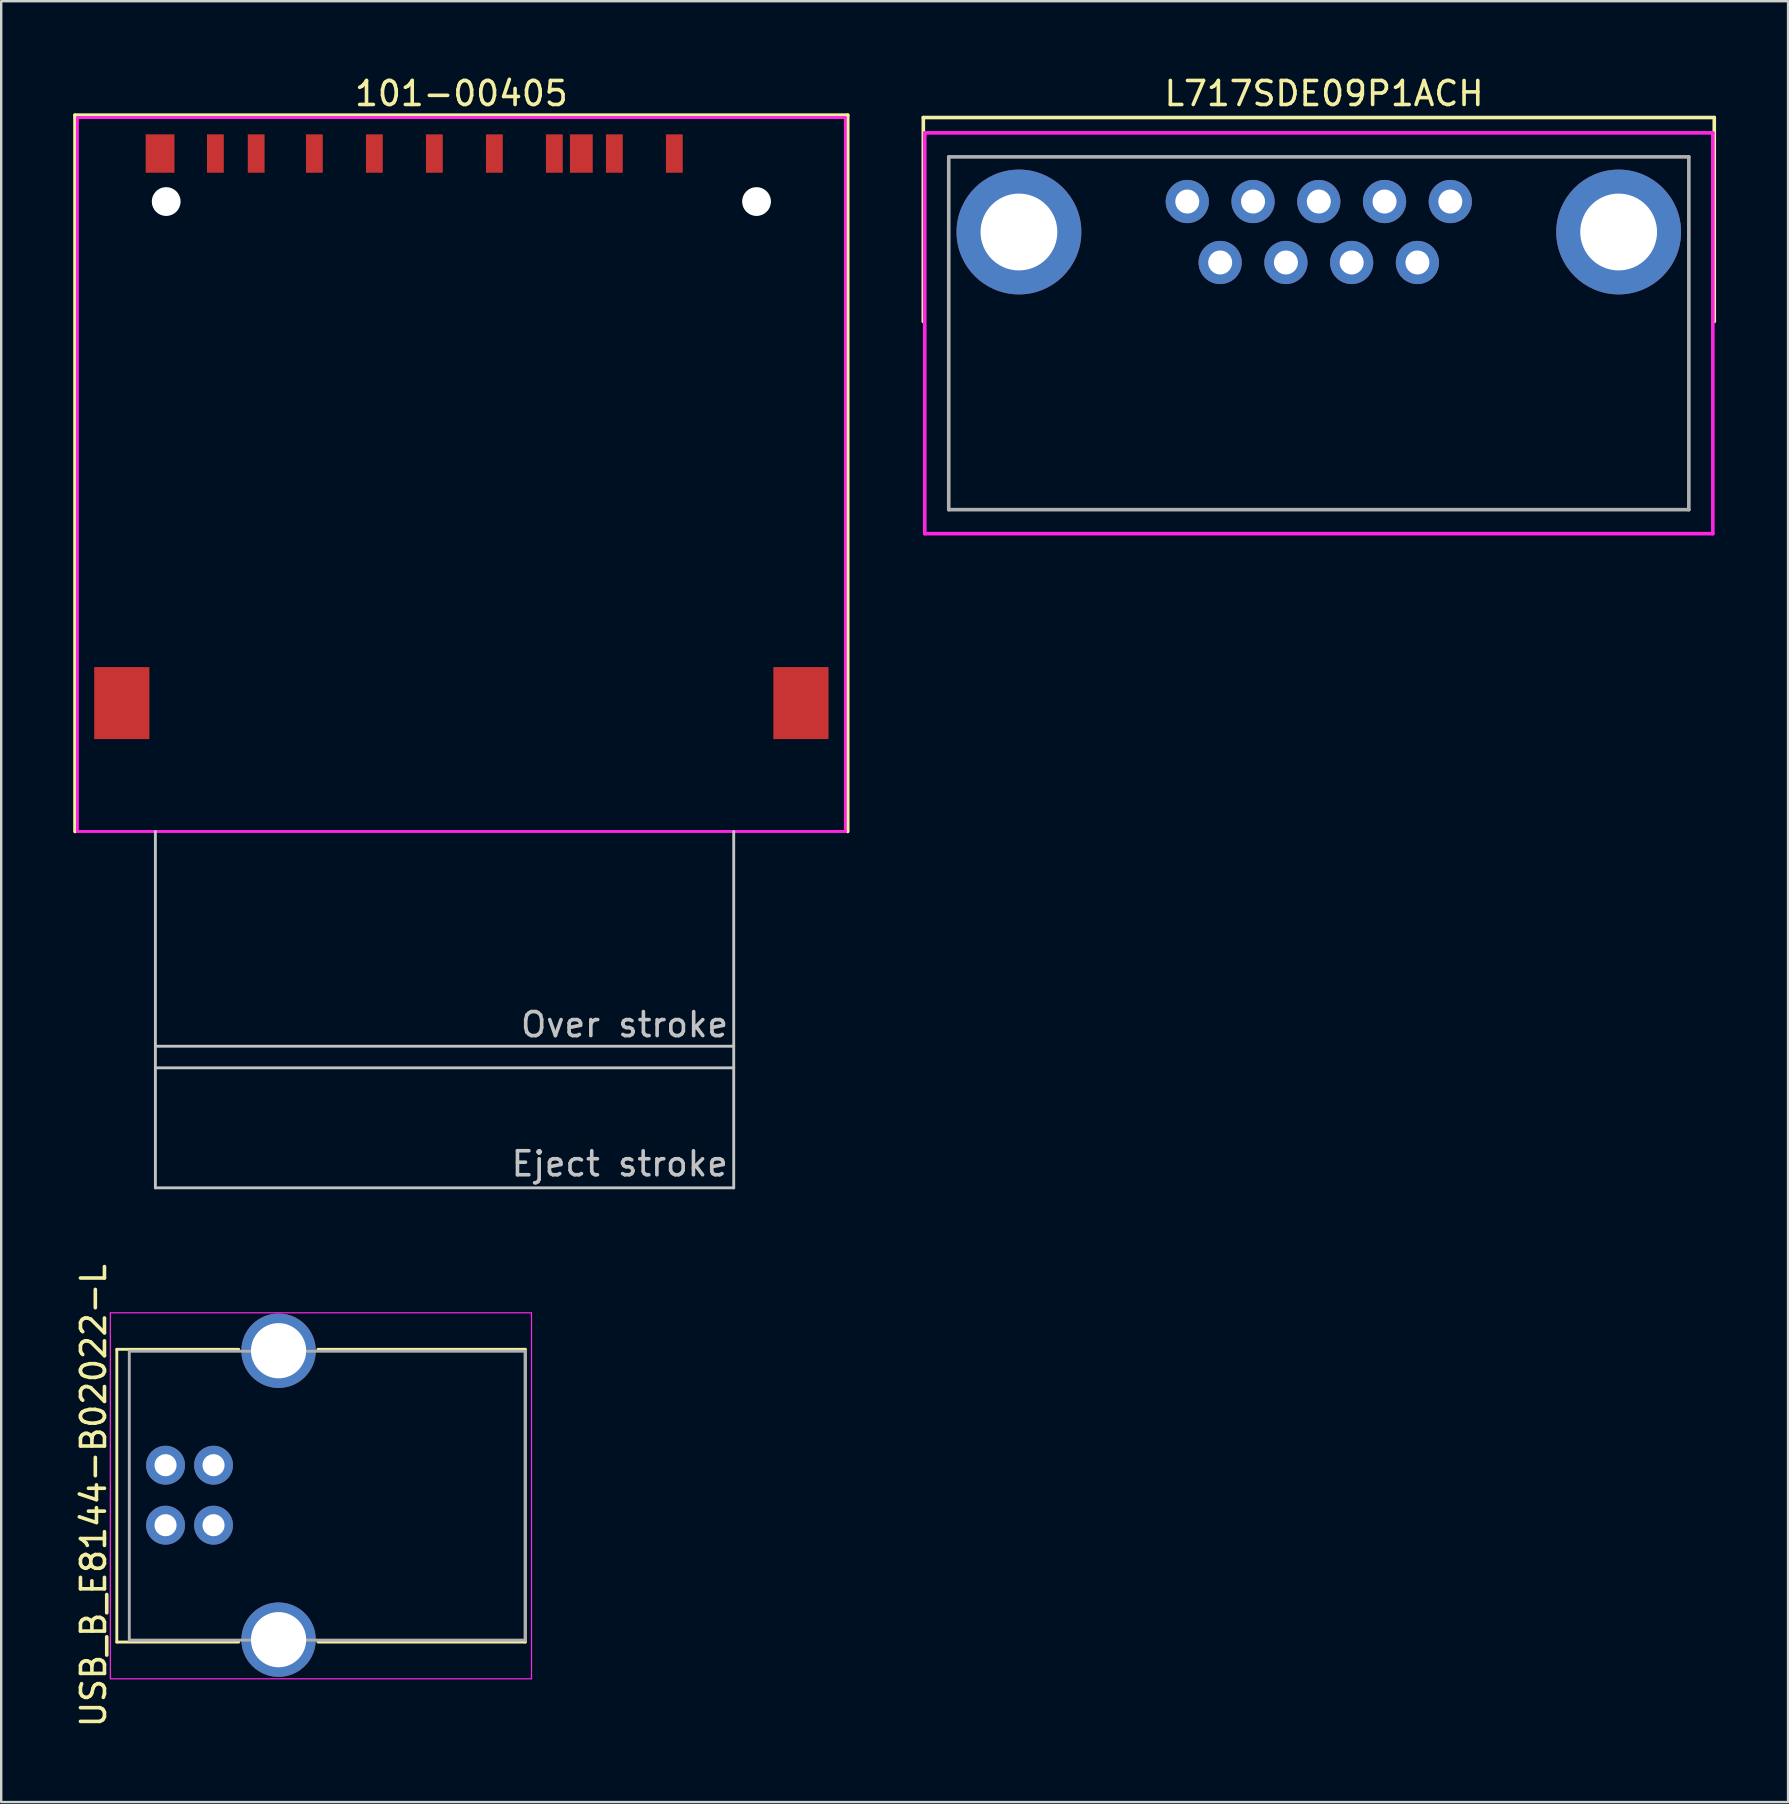
<source format=kicad_pcb>
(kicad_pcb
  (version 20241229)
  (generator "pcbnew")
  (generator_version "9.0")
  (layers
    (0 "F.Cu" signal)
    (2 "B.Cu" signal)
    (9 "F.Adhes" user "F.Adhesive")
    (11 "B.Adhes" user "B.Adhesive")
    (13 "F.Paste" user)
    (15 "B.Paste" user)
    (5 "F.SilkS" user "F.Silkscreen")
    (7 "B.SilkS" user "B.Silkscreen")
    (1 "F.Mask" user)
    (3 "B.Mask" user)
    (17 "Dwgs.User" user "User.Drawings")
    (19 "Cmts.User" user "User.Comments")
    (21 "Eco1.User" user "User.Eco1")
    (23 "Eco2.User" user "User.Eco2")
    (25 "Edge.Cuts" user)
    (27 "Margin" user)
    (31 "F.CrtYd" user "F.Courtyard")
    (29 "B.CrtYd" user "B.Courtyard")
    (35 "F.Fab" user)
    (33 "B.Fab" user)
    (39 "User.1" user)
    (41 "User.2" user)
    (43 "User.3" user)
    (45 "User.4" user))
  (footprint "USB_B_E8144-B02022-L"
    (layer "F.Cu")
    (at 3.848 58.006)
    (property "Reference" "USB_B_E8144-B02022-L" (at -3 1.27 90) (layer "F.SilkS") (effects (font (size 1 1) (thickness 0.15))))
    (attr through_hole)
    (fp_line (start -2.03 -4.83) (end 3.05 -4.83) (stroke (width 0.12) (type solid)) (layer "F.SilkS"))
    (fp_line (start -2.03 7.37) (end -2.03 -4.83) (stroke (width 0.12) (type solid)) (layer "F.SilkS"))
    (fp_line (start -2.03 7.37) (end 3.05 7.37) (stroke (width 0.12) (type solid)) (layer "F.SilkS"))
    (fp_line (start 6.35 -4.83) (end 14.99 -4.83) (stroke (width 0.12) (type solid)) (layer "F.SilkS"))
    (fp_line (start 6.35 7.37) (end 14.99 7.37) (stroke (width 0.12) (type solid)) (layer "F.SilkS"))
    (fp_line (start 14.99 -4.83) (end 14.99 7.37) (stroke (width 0.12) (type solid)) (layer "F.SilkS"))
    (fp_line (start -2.3 -6.35) (end 15.25 -6.35) (stroke (width 0.05) (type solid)) (layer "F.CrtYd"))
    (fp_line (start -2.3 8.9) (end -2.3 -6.35) (stroke (width 0.05) (type solid)) (layer "F.CrtYd"))
    (fp_line (start 15.25 -6.35) (end 15.25 8.9) (stroke (width 0.05) (type solid)) (layer "F.CrtYd"))
    (fp_line (start 15.25 8.9) (end -2.3 8.9) (stroke (width 0.05) (type solid)) (layer "F.CrtYd"))
    (fp_line (start -1.51 -4.75) (end 14.99 -4.75) (stroke (width 0.12) (type solid)) (layer "F.Fab"))
    (fp_line (start -1.51 7.29) (end -1.51 -4.75) (stroke (width 0.12) (type solid)) (layer "F.Fab"))
    (fp_line (start -1.51 7.29) (end 14.99 7.29) (stroke (width 0.12) (type solid)) (layer "F.Fab"))
    (fp_line (start 14.99 -4.75) (end 14.99 7.29) (stroke (width 0.12) (type solid)) (layer "F.Fab"))
    (pad "1" thru_hole circle (at 0 0 270) (size 1.62 1.62) (drill 0.92) (layers "*.Cu" "*.Mask"))
    (pad "2" thru_hole circle (at 0 2.5 270) (size 1.62 1.62) (drill 0.92) (layers "*.Cu" "*.Mask"))
    (pad "3" thru_hole circle (at 2 2.5 270) (size 1.62 1.62) (drill 0.92) (layers "*.Cu" "*.Mask"))
    (pad "4" thru_hole circle (at 2 0 270) (size 1.62 1.62) (drill 0.92) (layers "*.Cu" "*.Mask"))
    (pad "5" thru_hole circle (at 4.71 -4.77 270) (size 3.1 3.1) (drill 2.3) (layers "*.Cu" "*.Mask"))
    (pad "5" thru_hole circle (at 4.71 7.27 270) (size 3.1 3.1) (drill 2.3) (layers "*.Cu" "*.Mask")))
  (footprint "L717SDE09P1ACH"
    (layer "F.Cu")
    (at 46.425 5.348)
    (property "Reference" "L717SDE09P1ACH" (at 5.7 -4.5 0) (layer "F.SilkS") (effects (font (size 1 1) (thickness 0.15))))
    (attr through_hole)
    (fp_line (start -11 -3.5) (end -11 5) (stroke (width 0.15) (type solid)) (layer "F.SilkS"))
    (fp_line (start -11 -3.5) (end 21.96 -3.5) (stroke (width 0.15) (type solid)) (layer "F.SilkS"))
    (fp_line (start 21.96 -3.5) (end 21.96 5) (stroke (width 0.15) (type solid)) (layer "F.SilkS"))
    (fp_line (start -10.94 -2.86) (end -10.94 13.84) (stroke (width 0.15) (type solid)) (layer "F.CrtYd"))
    (fp_line (start -10.94 -2.86) (end 21.9 -2.86) (stroke (width 0.15) (type solid)) (layer "F.CrtYd"))
    (fp_line (start -10.94 13.84) (end 21.9 13.84) (stroke (width 0.15) (type solid)) (layer "F.CrtYd"))
    (fp_line (start 21.9 -2.86) (end 21.9 13.84) (stroke (width 0.15) (type solid)) (layer "F.CrtYd"))
    (fp_line (start -9.94 -1.86) (end -9.94 12.84) (stroke (width 0.15) (type solid)) (layer "F.Fab"))
    (fp_line (start -9.94 -1.86) (end 20.9 -1.86) (stroke (width 0.15) (type solid)) (layer "F.Fab"))
    (fp_line (start -9.94 12.84) (end 20.9 12.84) (stroke (width 0.15) (type solid)) (layer "F.Fab"))
    (fp_line (start 20.9 -1.86) (end 20.9 12.84) (stroke (width 0.15) (type solid)) (layer "F.Fab"))
    (pad "0" thru_hole circle (at -7.015 1.27) (size 5.2 5.2) (drill 3.2) (layers "*.Cu" "*.Mask"))
    (pad "0" thru_hole circle (at 17.975 1.27) (size 5.2 5.2) (drill 3.2) (layers "*.Cu" "*.Mask"))
    (pad "1" thru_hole circle (at 0 0) (size 1.8 1.8) (drill 1) (layers "*.Cu" "*.Mask"))
    (pad "2" thru_hole circle (at 2.74 0) (size 1.8 1.8) (drill 1) (layers "*.Cu" "*.Mask"))
    (pad "3" thru_hole circle (at 5.48 0) (size 1.8 1.8) (drill 1) (layers "*.Cu" "*.Mask"))
    (pad "4" thru_hole circle (at 8.22 0) (size 1.8 1.8) (drill 1) (layers "*.Cu" "*.Mask"))
    (pad "5" thru_hole circle (at 10.96 0) (size 1.8 1.8) (drill 1) (layers "*.Cu" "*.Mask"))
    (pad "6" thru_hole circle (at 1.37 2.54) (size 1.8 1.8) (drill 1) (layers "*.Cu" "*.Mask"))
    (pad "7" thru_hole circle (at 4.11 2.54) (size 1.8 1.8) (drill 1) (layers "*.Cu" "*.Mask"))
    (pad "8" thru_hole circle (at 6.85 2.54) (size 1.8 1.8) (drill 1) (layers "*.Cu" "*.Mask"))
    (pad "9" thru_hole circle (at 9.59 2.54) (size 1.8 1.8) (drill 1) (layers "*.Cu" "*.Mask")))
  (footprint "101-00405"
    (layer "F.Cu")
    (at 16.175 4.248)
    (property "Reference" "101-00405" (at 0 -3.4 0) (layer "F.SilkS") (effects (font (size 1 1) (thickness 0.15))))
    (attr smd)
    (fp_line (start -16.1 -2.5) (end 16.1 -2.5) (stroke (width 0.15) (type solid)) (layer "F.SilkS"))
    (fp_line (start -16.1 27.35) (end -16.1 -2.5) (stroke (width 0.15) (type solid)) (layer "F.SilkS"))
    (fp_line (start 16.1 -2.5) (end 16.1 27.35) (stroke (width 0.15) (type solid)) (layer "F.SilkS"))
    (fp_line (start -12.75 36.3) (end 11.35 36.3) (stroke (width 0.12) (type solid)) (layer "Dwgs.User"))
    (fp_line (start -12.75 37.2) (end 11.35 37.2) (stroke (width 0.12) (type solid)) (layer "Dwgs.User"))
    (fp_line (start -12.75 42.2) (end -12.75 27.35) (stroke (width 0.12) (type solid)) (layer "Dwgs.User"))
    (fp_line (start -12.75 42.2) (end 11.35 42.2) (stroke (width 0.12) (type solid)) (layer "Dwgs.User"))
    (fp_line (start 11.35 42.2) (end 11.35 27.35) (stroke (width 0.12) (type solid)) (layer "Dwgs.User"))
    (fp_line (start -16 -2.4) (end 16 -2.4) (stroke (width 0.12) (type solid)) (layer "F.CrtYd"))
    (fp_line (start -16 27.35) (end -16 -2.4) (stroke (width 0.12) (type solid)) (layer "F.CrtYd"))
    (fp_line (start 16 -2.4) (end 16 27.35) (stroke (width 0.12) (type solid)) (layer "F.CrtYd"))
    (fp_line (start 16 27.35) (end -16 27.35) (stroke (width 0.12) (type solid)) (layer "F.CrtYd"))
    (fp_text user "Over stroke" (at 6.8 35.4 0) (layer "Dwgs.User") (effects (font (size 1 1) (thickness 0.15))))
    (fp_text user "Eject stroke" (at 6.6 41.2 0) (layer "Dwgs.User") (effects (font (size 1 1) (thickness 0.15))))
    (pad "" np_thru_hole circle (at -12.3 1.1) (size 1.2 1.2) (drill 1.2) (layers "*.Cu" "*.Mask"))
    (pad "" np_thru_hole circle (at 12.3 1.1) (size 1.2 1.2) (drill 1.2) (layers "*.Cu" "*.Mask"))
    (pad "1" smd rect (at 6.375 -0.9) (size 0.7 1.6) (layers "F.Cu" "F.Mask" "F.Paste"))
    (pad "2" smd rect (at 3.875 -0.9) (size 0.7 1.6) (layers "F.Cu" "F.Mask" "F.Paste"))
    (pad "3" smd rect (at 1.375 -0.9) (size 0.7 1.6) (layers "F.Cu" "F.Mask" "F.Paste"))
    (pad "4" smd rect (at -1.125 -0.9) (size 0.7 1.6) (layers "F.Cu" "F.Mask" "F.Paste"))
    (pad "5" smd rect (at -3.625 -0.9) (size 0.7 1.6) (layers "F.Cu" "F.Mask" "F.Paste"))
    (pad "6" smd rect (at -6.125 -0.9) (size 0.7 1.6) (layers "F.Cu" "F.Mask" "F.Paste"))
    (pad "7" smd rect (at -8.55 -0.9) (size 0.7 1.6) (layers "F.Cu" "F.Mask" "F.Paste"))
    (pad "8" smd rect (at -10.25 -0.9) (size 0.7 1.6) (layers "F.Cu" "F.Mask" "F.Paste"))
    (pad "9" smd rect (at 8.875 -0.9) (size 0.7 1.6) (layers "F.Cu" "F.Mask" "F.Paste"))
    (pad "10" smd rect (at 5 -0.9) (size 0.95 1.6) (layers "F.Cu" "F.Mask" "F.Paste"))
    (pad "11" smd rect (at -12.555 -0.9) (size 1.2 1.6) (layers "F.Cu" "F.Mask" "F.Paste"))
    (pad "12" smd rect (at -14.15 22) (size 2.3 3) (layers "F.Cu" "F.Mask" "F.Paste"))
    (pad "13" smd rect (at 14.15 22) (size 2.3 3) (layers "F.Cu" "F.Mask" "F.Paste")))
  (gr_rect
    (start -3 -3)
    (end 71.46 72.044)
    (stroke (width 0.1) (type default))
    (fill no)
    (layer "Edge.Cuts")))
</source>
